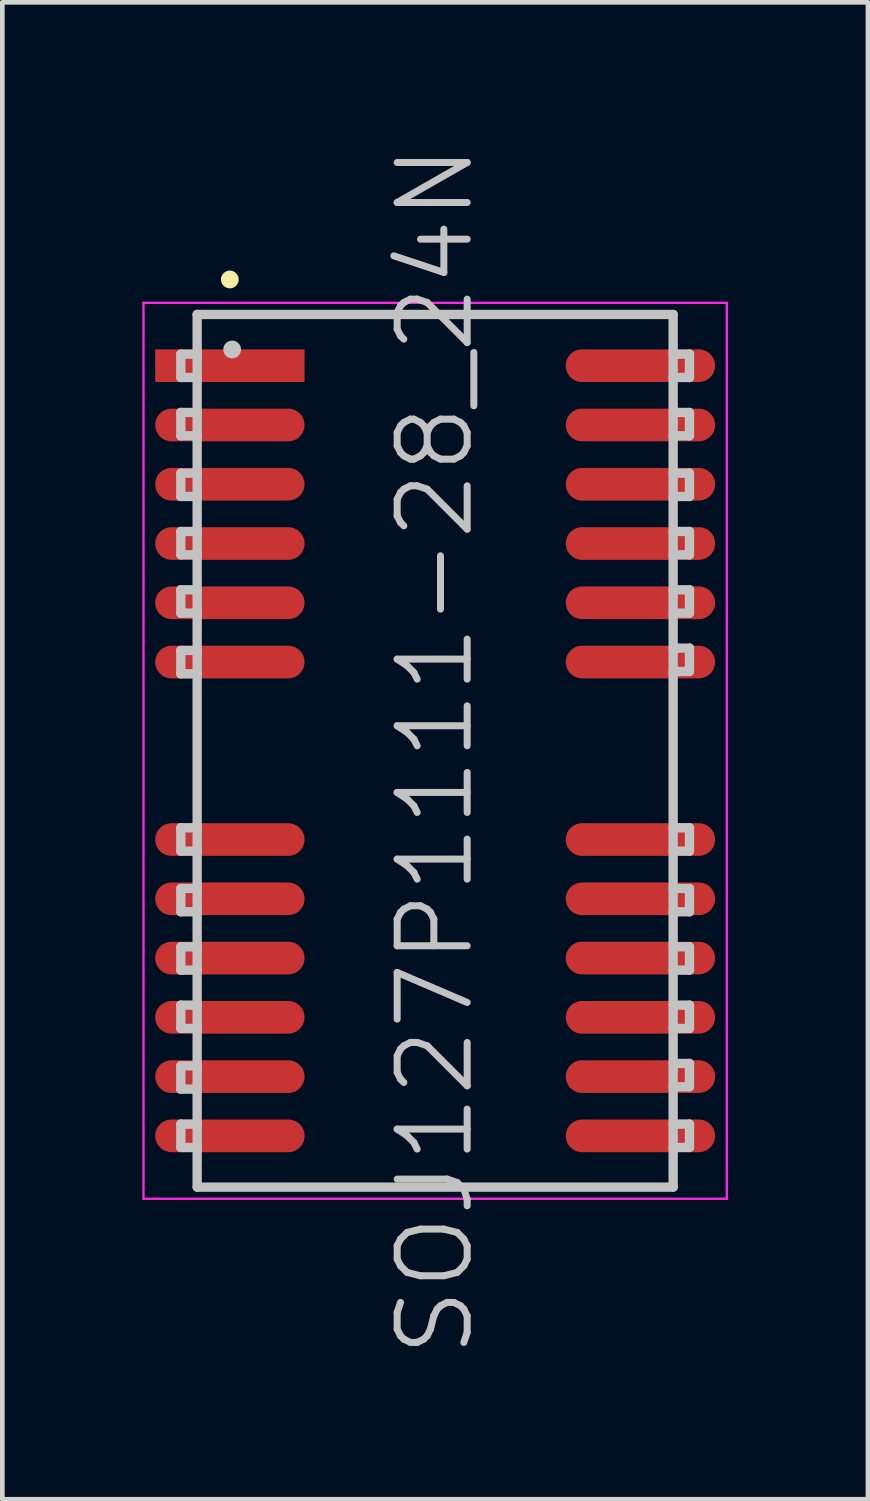
<source format=kicad_pcb>
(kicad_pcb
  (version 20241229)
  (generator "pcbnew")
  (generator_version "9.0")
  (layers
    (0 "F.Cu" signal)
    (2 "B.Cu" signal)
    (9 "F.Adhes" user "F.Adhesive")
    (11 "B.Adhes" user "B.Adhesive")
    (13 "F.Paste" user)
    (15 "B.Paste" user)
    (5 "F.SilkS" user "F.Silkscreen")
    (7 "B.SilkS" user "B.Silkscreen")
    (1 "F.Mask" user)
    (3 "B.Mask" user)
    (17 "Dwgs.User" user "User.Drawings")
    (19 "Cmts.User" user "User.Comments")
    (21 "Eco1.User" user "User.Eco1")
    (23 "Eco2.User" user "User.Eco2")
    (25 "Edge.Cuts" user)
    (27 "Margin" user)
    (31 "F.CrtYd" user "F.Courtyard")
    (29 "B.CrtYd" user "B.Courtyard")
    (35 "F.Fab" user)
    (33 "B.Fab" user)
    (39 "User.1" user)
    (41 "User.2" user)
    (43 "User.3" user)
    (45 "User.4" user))
  (footprint "SOJ127P1111-28_24N"
    (layer "F.Cu")
    (at 6.275 13.039)
    (property "Reference" "SOJ127P1111-28_24N" (at 0 0 90) (layer "Dwgs.User") (effects (font (size 1.5 1.5) (thickness 0.15))))
    (attr smd)
    (fp_line (start -4.4 -10.1) (end -4.4 -10.1) (stroke (width 0.381) (type solid)) (layer "F.SilkS"))
    (fp_line (start -5.45 -8.5) (end -5.45 -8) (stroke (width 0.2) (type solid)) (layer "Dwgs.User"))
    (fp_line (start -5.45 -8) (end -5.1 -8) (stroke (width 0.2) (type solid)) (layer "Dwgs.User"))
    (fp_line (start -5.45 -7.25) (end -5.45 -6.75) (stroke (width 0.2) (type solid)) (layer "Dwgs.User"))
    (fp_line (start -5.45 -6.75) (end -5.1 -6.75) (stroke (width 0.2) (type solid)) (layer "Dwgs.User"))
    (fp_line (start -5.45 -5.95) (end -5.45 -5.45) (stroke (width 0.2) (type solid)) (layer "Dwgs.User"))
    (fp_line (start -5.45 -5.45) (end -5.1 -5.45) (stroke (width 0.2) (type solid)) (layer "Dwgs.User"))
    (fp_line (start -5.45 -4.7) (end -5.45 -4.2) (stroke (width 0.2) (type solid)) (layer "Dwgs.User"))
    (fp_line (start -5.45 -4.2) (end -5.1 -4.2) (stroke (width 0.2) (type solid)) (layer "Dwgs.User"))
    (fp_line (start -5.45 -3.45) (end -5.45 -2.95) (stroke (width 0.2) (type solid)) (layer "Dwgs.User"))
    (fp_line (start -5.45 -2.95) (end -5.1 -2.95) (stroke (width 0.2) (type solid)) (layer "Dwgs.User"))
    (fp_line (start -5.45 -2.15) (end -5.45 -1.65) (stroke (width 0.2) (type solid)) (layer "Dwgs.User"))
    (fp_line (start -5.45 -1.65) (end -5.1 -1.65) (stroke (width 0.2) (type solid)) (layer "Dwgs.User"))
    (fp_line (start -5.45 1.65) (end -5.45 2.15) (stroke (width 0.2) (type solid)) (layer "Dwgs.User"))
    (fp_line (start -5.45 2.15) (end -5.1 2.15) (stroke (width 0.2) (type solid)) (layer "Dwgs.User"))
    (fp_line (start -5.45 2.95) (end -5.45 3.45) (stroke (width 0.2) (type solid)) (layer "Dwgs.User"))
    (fp_line (start -5.45 3.45) (end -5.1 3.45) (stroke (width 0.2) (type solid)) (layer "Dwgs.User"))
    (fp_line (start -5.45 4.2) (end -5.45 4.7) (stroke (width 0.2) (type solid)) (layer "Dwgs.User"))
    (fp_line (start -5.45 4.7) (end -5.1 4.7) (stroke (width 0.2) (type solid)) (layer "Dwgs.User"))
    (fp_line (start -5.45 5.45) (end -5.45 5.95) (stroke (width 0.2) (type solid)) (layer "Dwgs.User"))
    (fp_line (start -5.45 5.95) (end -5.1 5.95) (stroke (width 0.2) (type solid)) (layer "Dwgs.User"))
    (fp_line (start -5.45 6.75) (end -5.45 7.25) (stroke (width 0.2) (type solid)) (layer "Dwgs.User"))
    (fp_line (start -5.45 7.25) (end -5.1 7.25) (stroke (width 0.2) (type solid)) (layer "Dwgs.User"))
    (fp_line (start -5.45 8) (end -5.45 8.5) (stroke (width 0.2) (type solid)) (layer "Dwgs.User"))
    (fp_line (start -5.45 8.5) (end -5.1 8.5) (stroke (width 0.2) (type solid)) (layer "Dwgs.User"))
    (fp_line (start -5.1 -9.35) (end -5.1 9.35) (stroke (width 0.2) (type solid)) (layer "Dwgs.User"))
    (fp_line (start -5.1 -9.35) (end 5.1 -9.35) (stroke (width 0.2) (type solid)) (layer "Dwgs.User"))
    (fp_line (start -5.1 -8.5) (end -5.45 -8.5) (stroke (width 0.2) (type solid)) (layer "Dwgs.User"))
    (fp_line (start -5.1 -7.25) (end -5.45 -7.25) (stroke (width 0.2) (type solid)) (layer "Dwgs.User"))
    (fp_line (start -5.1 -5.95) (end -5.45 -5.95) (stroke (width 0.2) (type solid)) (layer "Dwgs.User"))
    (fp_line (start -5.1 -4.7) (end -5.45 -4.7) (stroke (width 0.2) (type solid)) (layer "Dwgs.User"))
    (fp_line (start -5.1 -3.45) (end -5.45 -3.45) (stroke (width 0.2) (type solid)) (layer "Dwgs.User"))
    (fp_line (start -5.1 -2.15) (end -5.45 -2.15) (stroke (width 0.2) (type solid)) (layer "Dwgs.User"))
    (fp_line (start -5.1 1.65) (end -5.45 1.65) (stroke (width 0.2) (type solid)) (layer "Dwgs.User"))
    (fp_line (start -5.1 2.95) (end -5.45 2.95) (stroke (width 0.2) (type solid)) (layer "Dwgs.User"))
    (fp_line (start -5.1 4.2) (end -5.45 4.2) (stroke (width 0.2) (type solid)) (layer "Dwgs.User"))
    (fp_line (start -5.1 5.45) (end -5.45 5.45) (stroke (width 0.2) (type solid)) (layer "Dwgs.User"))
    (fp_line (start -5.1 6.75) (end -5.45 6.75) (stroke (width 0.2) (type solid)) (layer "Dwgs.User"))
    (fp_line (start -5.1 8) (end -5.45 8) (stroke (width 0.2) (type solid)) (layer "Dwgs.User"))
    (fp_line (start -5.1 9.35) (end 5.1 9.35) (stroke (width 0.2) (type solid)) (layer "Dwgs.User"))
    (fp_line (start -4.35 -8.6) (end -4.35 -8.6) (stroke (width 0.381) (type solid)) (layer "Dwgs.User"))
    (fp_line (start 5.1 -9.35) (end 5.1 9.35) (stroke (width 0.2) (type solid)) (layer "Dwgs.User"))
    (fp_line (start 5.1 -8.5) (end 5.45 -8.5) (stroke (width 0.2) (type solid)) (layer "Dwgs.User"))
    (fp_line (start 5.1 -7.25) (end 5.45 -7.25) (stroke (width 0.2) (type solid)) (layer "Dwgs.User"))
    (fp_line (start 5.1 -5.95) (end 5.45 -5.95) (stroke (width 0.2) (type solid)) (layer "Dwgs.User"))
    (fp_line (start 5.1 -4.7) (end 5.45 -4.7) (stroke (width 0.2) (type solid)) (layer "Dwgs.User"))
    (fp_line (start 5.1 -3.45) (end 5.45 -3.45) (stroke (width 0.2) (type solid)) (layer "Dwgs.User"))
    (fp_line (start 5.1 -2.2) (end 5.45 -2.2) (stroke (width 0.2) (type solid)) (layer "Dwgs.User"))
    (fp_line (start 5.1 1.65) (end 5.45 1.65) (stroke (width 0.2) (type solid)) (layer "Dwgs.User"))
    (fp_line (start 5.1 2.95) (end 5.45 2.95) (stroke (width 0.2) (type solid)) (layer "Dwgs.User"))
    (fp_line (start 5.1 4.2) (end 5.45 4.2) (stroke (width 0.2) (type solid)) (layer "Dwgs.User"))
    (fp_line (start 5.1 5.45) (end 5.45 5.45) (stroke (width 0.2) (type solid)) (layer "Dwgs.User"))
    (fp_line (start 5.1 6.7) (end 5.45 6.7) (stroke (width 0.2) (type solid)) (layer "Dwgs.User"))
    (fp_line (start 5.1 8) (end 5.45 8) (stroke (width 0.2) (type solid)) (layer "Dwgs.User"))
    (fp_line (start 5.45 -8.5) (end 5.45 -8) (stroke (width 0.2) (type solid)) (layer "Dwgs.User"))
    (fp_line (start 5.45 -8) (end 5.1 -8) (stroke (width 0.2) (type solid)) (layer "Dwgs.User"))
    (fp_line (start 5.45 -7.25) (end 5.45 -6.75) (stroke (width 0.2) (type solid)) (layer "Dwgs.User"))
    (fp_line (start 5.45 -6.75) (end 5.1 -6.75) (stroke (width 0.2) (type solid)) (layer "Dwgs.User"))
    (fp_line (start 5.45 -5.95) (end 5.45 -5.45) (stroke (width 0.2) (type solid)) (layer "Dwgs.User"))
    (fp_line (start 5.45 -5.45) (end 5.1 -5.45) (stroke (width 0.2) (type solid)) (layer "Dwgs.User"))
    (fp_line (start 5.45 -4.7) (end 5.45 -4.2) (stroke (width 0.2) (type solid)) (layer "Dwgs.User"))
    (fp_line (start 5.45 -4.2) (end 5.1 -4.2) (stroke (width 0.2) (type solid)) (layer "Dwgs.User"))
    (fp_line (start 5.45 -3.45) (end 5.45 -2.95) (stroke (width 0.2) (type solid)) (layer "Dwgs.User"))
    (fp_line (start 5.45 -2.95) (end 5.1 -2.95) (stroke (width 0.2) (type solid)) (layer "Dwgs.User"))
    (fp_line (start 5.45 -2.2) (end 5.45 -1.7) (stroke (width 0.2) (type solid)) (layer "Dwgs.User"))
    (fp_line (start 5.45 -1.7) (end 5.1 -1.7) (stroke (width 0.2) (type solid)) (layer "Dwgs.User"))
    (fp_line (start 5.45 1.65) (end 5.45 2.15) (stroke (width 0.2) (type solid)) (layer "Dwgs.User"))
    (fp_line (start 5.45 2.15) (end 5.1 2.15) (stroke (width 0.2) (type solid)) (layer "Dwgs.User"))
    (fp_line (start 5.45 2.95) (end 5.45 3.45) (stroke (width 0.2) (type solid)) (layer "Dwgs.User"))
    (fp_line (start 5.45 3.45) (end 5.1 3.45) (stroke (width 0.2) (type solid)) (layer "Dwgs.User"))
    (fp_line (start 5.45 4.2) (end 5.45 4.7) (stroke (width 0.2) (type solid)) (layer "Dwgs.User"))
    (fp_line (start 5.45 4.7) (end 5.1 4.7) (stroke (width 0.2) (type solid)) (layer "Dwgs.User"))
    (fp_line (start 5.45 5.45) (end 5.45 5.95) (stroke (width 0.2) (type solid)) (layer "Dwgs.User"))
    (fp_line (start 5.45 5.95) (end 5.1 5.95) (stroke (width 0.2) (type solid)) (layer "Dwgs.User"))
    (fp_line (start 5.45 6.7) (end 5.45 7.2) (stroke (width 0.2) (type solid)) (layer "Dwgs.User"))
    (fp_line (start 5.45 7.2) (end 5.1 7.2) (stroke (width 0.2) (type solid)) (layer "Dwgs.User"))
    (fp_line (start 5.45 8) (end 5.45 8.5) (stroke (width 0.2) (type solid)) (layer "Dwgs.User"))
    (fp_line (start 5.45 8.5) (end 5.1 8.5) (stroke (width 0.2) (type solid)) (layer "Dwgs.User"))
    (fp_line (start -6.25 -9.6) (end -6.25 9.6) (stroke (width 0.05) (type solid)) (layer "F.CrtYd"))
    (fp_line (start -6.25 -9.6) (end 6.25 -9.6) (stroke (width 0.05) (type solid)) (layer "F.CrtYd"))
    (fp_line (start -6.25 9.6) (end 6.25 9.6) (stroke (width 0.05) (type solid)) (layer "F.CrtYd"))
    (fp_line (start 6.25 -9.6) (end 6.25 9.6) (stroke (width 0.05) (type solid)) (layer "F.CrtYd"))
    (pad "1" smd rect (at -4.399 -8.252 90) (size 0.7 3.2) (layers "F.Cu" "F.Mask" "F.Paste"))
    (pad "2" smd oval (at -4.399 -6.982 90) (size 0.7 3.2) (layers "F.Cu" "F.Mask" "F.Paste"))
    (pad "3" smd oval (at -4.399 -5.712 90) (size 0.7 3.2) (layers "F.Cu" "F.Mask" "F.Paste"))
    (pad "4" smd oval (at -4.399 -4.442 90) (size 0.7 3.2) (layers "F.Cu" "F.Mask" "F.Paste"))
    (pad "5" smd oval (at -4.399 -3.172 90) (size 0.7 3.2) (layers "F.Cu" "F.Mask" "F.Paste"))
    (pad "6" smd oval (at -4.399 -1.902 90) (size 0.7 3.2) (layers "F.Cu" "F.Mask" "F.Paste"))
    (pad "9" smd oval (at -4.399 1.902 90) (size 0.7 3.2) (layers "F.Cu" "F.Mask" "F.Paste"))
    (pad "10" smd oval (at -4.399 3.172 90) (size 0.7 3.2) (layers "F.Cu" "F.Mask" "F.Paste"))
    (pad "11" smd oval (at -4.399 4.442 90) (size 0.7 3.2) (layers "F.Cu" "F.Mask" "F.Paste"))
    (pad "12" smd oval (at -4.399 5.712 90) (size 0.7 3.2) (layers "F.Cu" "F.Mask" "F.Paste"))
    (pad "13" smd oval (at -4.399 6.982 90) (size 0.7 3.2) (layers "F.Cu" "F.Mask" "F.Paste"))
    (pad "14" smd oval (at -4.399 8.252 90) (size 0.7 3.2) (layers "F.Cu" "F.Mask" "F.Paste"))
    (pad "15" smd oval (at 4.399 8.252 270) (size 0.7 3.2) (layers "F.Cu" "F.Mask" "F.Paste"))
    (pad "16" smd oval (at 4.399 6.982 270) (size 0.7 3.2) (layers "F.Cu" "F.Mask" "F.Paste"))
    (pad "17" smd oval (at 4.399 5.712 270) (size 0.7 3.2) (layers "F.Cu" "F.Mask" "F.Paste"))
    (pad "18" smd oval (at 4.399 4.442 270) (size 0.7 3.2) (layers "F.Cu" "F.Mask" "F.Paste"))
    (pad "19" smd oval (at 4.399 3.172 270) (size 0.7 3.2) (layers "F.Cu" "F.Mask" "F.Paste"))
    (pad "20" smd oval (at 4.399 1.902 270) (size 0.7 3.2) (layers "F.Cu" "F.Mask" "F.Paste"))
    (pad "23" smd oval (at 4.399 -1.902 270) (size 0.7 3.2) (layers "F.Cu" "F.Mask" "F.Paste"))
    (pad "24" smd oval (at 4.399 -3.172 270) (size 0.7 3.2) (layers "F.Cu" "F.Mask" "F.Paste"))
    (pad "25" smd oval (at 4.399 -4.442 270) (size 0.7 3.2) (layers "F.Cu" "F.Mask" "F.Paste"))
    (pad "26" smd oval (at 4.399 -5.712 270) (size 0.7 3.2) (layers "F.Cu" "F.Mask" "F.Paste"))
    (pad "27" smd oval (at 4.399 -6.982 270) (size 0.7 3.2) (layers "F.Cu" "F.Mask" "F.Paste"))
    (pad "28" smd oval (at 4.399 -8.252 270) (size 0.7 3.2) (layers "F.Cu" "F.Mask" "F.Paste")))
  (gr_rect
    (start -3 -3)
    (end 15.55 29.079)
    (stroke (width 0.1) (type default))
    (fill no)
    (layer "Edge.Cuts")))
</source>
